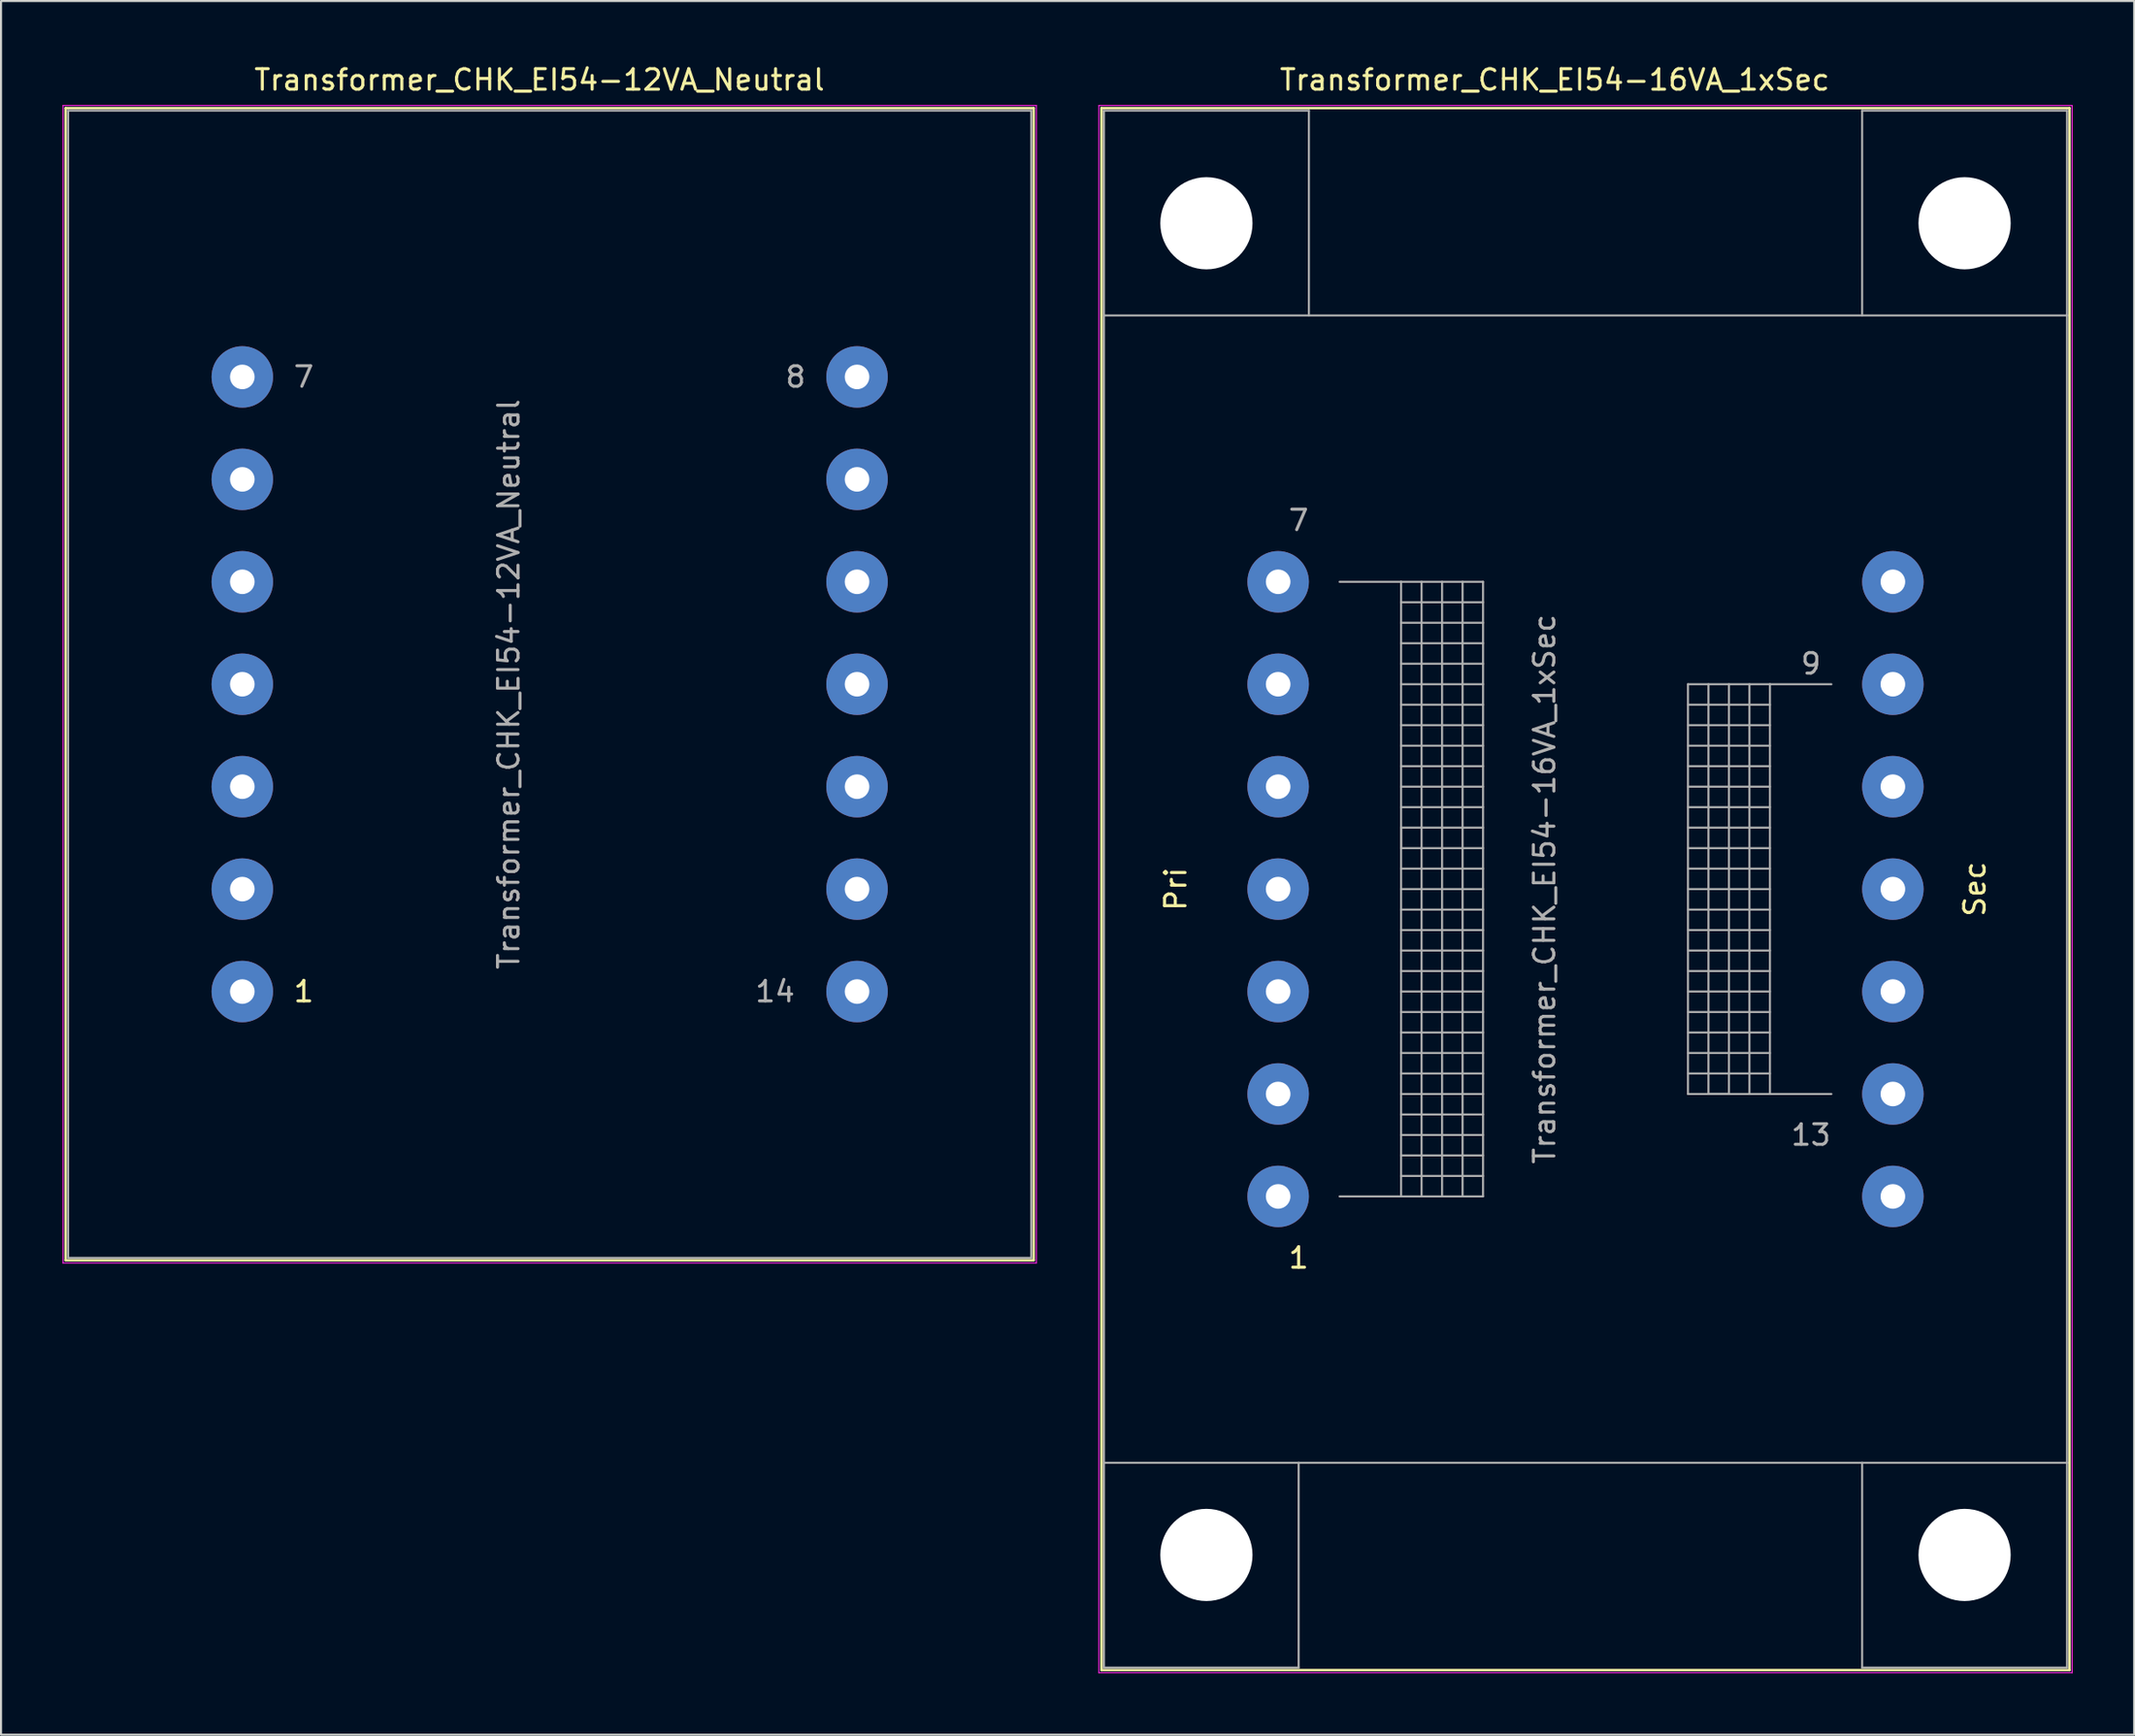
<source format=kicad_pcb>
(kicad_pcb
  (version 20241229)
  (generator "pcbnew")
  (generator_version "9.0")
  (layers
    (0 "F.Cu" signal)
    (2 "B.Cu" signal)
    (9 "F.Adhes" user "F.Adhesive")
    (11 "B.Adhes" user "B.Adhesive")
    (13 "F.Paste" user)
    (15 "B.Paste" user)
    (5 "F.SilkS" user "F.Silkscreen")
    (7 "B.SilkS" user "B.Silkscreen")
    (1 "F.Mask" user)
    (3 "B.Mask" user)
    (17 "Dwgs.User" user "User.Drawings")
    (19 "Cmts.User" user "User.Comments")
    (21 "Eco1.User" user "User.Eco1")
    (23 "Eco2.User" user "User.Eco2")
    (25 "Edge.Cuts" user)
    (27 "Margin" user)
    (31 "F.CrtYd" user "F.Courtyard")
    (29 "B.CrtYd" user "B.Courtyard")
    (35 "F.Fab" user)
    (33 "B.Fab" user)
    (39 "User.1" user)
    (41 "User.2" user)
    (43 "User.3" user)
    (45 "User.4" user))
  (footprint "Transformer_CHK_EI54-12VA_Neutral"
    (layer "F.Cu")
    (at 8.775 45.348)
    (property "Reference" "Transformer_CHK_EI54-12VA_Neutral" (at 14.5 -44.5 0) (layer "F.SilkS") (effects (font (size 1 1) (thickness 0.15))))
    (attr through_hole)
    (fp_line (start -8.62 -43.12) (end -8.62 13.12) (stroke (width 0.12) (type solid)) (layer "F.SilkS"))
    (fp_line (start -8.62 -43.12) (end 38.62 -43.12) (stroke (width 0.12) (type solid)) (layer "F.SilkS"))
    (fp_line (start 38.62 13.12) (end -8.62 13.12) (stroke (width 0.12) (type solid)) (layer "F.SilkS"))
    (fp_line (start 38.62 13.12) (end 38.62 -43.12) (stroke (width 0.12) (type solid)) (layer "F.SilkS"))
    (fp_line (start -8.75 -43.25) (end -8.75 13.25) (stroke (width 0.05) (type solid)) (layer "F.CrtYd"))
    (fp_line (start -8.75 -43.25) (end 38.75 -43.25) (stroke (width 0.05) (type solid)) (layer "F.CrtYd"))
    (fp_line (start 38.75 13.25) (end -8.75 13.25) (stroke (width 0.05) (type solid)) (layer "F.CrtYd"))
    (fp_line (start 38.75 13.25) (end 38.75 -43.25) (stroke (width 0.05) (type solid)) (layer "F.CrtYd"))
    (fp_line (start -8.5 -43) (end -8.5 13) (stroke (width 0.1) (type solid)) (layer "F.Fab"))
    (fp_line (start -8.5 13) (end 38.5 13) (stroke (width 0.1) (type solid)) (layer "F.Fab"))
    (fp_line (start 38.5 -43) (end -8.5 -43) (stroke (width 0.1) (type solid)) (layer "F.Fab"))
    (fp_line (start 38.5 13) (end 38.5 -43) (stroke (width 0.1) (type solid)) (layer "F.Fab"))
    (fp_text user "1" (at 3 0 0) (layer "F.SilkS") (effects (font (size 1 1) (thickness 0.15))))
    (fp_text user "${REFERENCE}" (at 13 -15 90) (layer "F.Fab") (effects (font (size 1 1) (thickness 0.15))))
    (fp_text user "8" (at 27 -30 0) (layer "F.Fab") (effects (font (size 1 1) (thickness 0.15))))
    (fp_text user "14" (at 26 0 0) (layer "F.Fab") (effects (font (size 1 1) (thickness 0.15))))
    (fp_text user "7" (at 3 -30 0) (layer "F.Fab") (effects (font (size 1 1) (thickness 0.15))))
    (pad "1" thru_hole circle (at 0 0) (size 3 3) (drill 1.2) (layers "*.Cu" "*.Mask"))
    (pad "2" thru_hole circle (at 0 -5) (size 3 3) (drill 1.2) (layers "*.Cu" "*.Mask"))
    (pad "3" thru_hole circle (at 0 -10) (size 3 3) (drill 1.2) (layers "*.Cu" "*.Mask"))
    (pad "4" thru_hole circle (at 0 -15) (size 3 3) (drill 1.2) (layers "*.Cu" "*.Mask"))
    (pad "5" thru_hole circle (at 0 -20) (size 3 3) (drill 1.2) (layers "*.Cu" "*.Mask"))
    (pad "6" thru_hole circle (at 0 -25) (size 3 3) (drill 1.2) (layers "*.Cu" "*.Mask"))
    (pad "7" thru_hole circle (at 0 -30) (size 3 3) (drill 1.2) (layers "*.Cu" "*.Mask"))
    (pad "8" thru_hole circle (at 30 -30) (size 3 3) (drill 1.2) (layers "*.Cu" "*.Mask"))
    (pad "9" thru_hole circle (at 30 -25) (size 3 3) (drill 1.2) (layers "*.Cu" "*.Mask"))
    (pad "10" thru_hole circle (at 30 -20) (size 3 3) (drill 1.2) (layers "*.Cu" "*.Mask"))
    (pad "11" thru_hole circle (at 30 -15) (size 3 3) (drill 1.2) (layers "*.Cu" "*.Mask"))
    (pad "12" thru_hole circle (at 30 -10) (size 3 3) (drill 1.2) (layers "*.Cu" "*.Mask"))
    (pad "13" thru_hole circle (at 30 -5) (size 3 3) (drill 1.2) (layers "*.Cu" "*.Mask"))
    (pad "14" thru_hole circle (at 30 0) (size 3 3) (drill 1.2) (layers "*.Cu" "*.Mask")))
  (footprint "Transformer_CHK_EI54-16VA_1xSec"
    (layer "F.Cu")
    (at 59.325 55.348)
    (property "Reference" "Transformer_CHK_EI54-16VA_1xSec" (at 13.5 -54.5 0) (layer "F.SilkS") (effects (font (size 1 1) (thickness 0.15))))
    (attr through_hole)
    (fp_line (start -8.62 -53.12) (end -8.62 23.12) (stroke (width 0.12) (type solid)) (layer "F.SilkS"))
    (fp_line (start -8.62 -53.12) (end 38.62 -53.12) (stroke (width 0.12) (type solid)) (layer "F.SilkS"))
    (fp_line (start 38.62 23.12) (end -8.62 23.12) (stroke (width 0.12) (type solid)) (layer "F.SilkS"))
    (fp_line (start 38.62 23.12) (end 38.62 -53.12) (stroke (width 0.12) (type solid)) (layer "F.SilkS"))
    (fp_line (start -8.75 -53.25) (end -8.75 23.25) (stroke (width 0.05) (type solid)) (layer "F.CrtYd"))
    (fp_line (start -8.75 -53.25) (end 38.75 -53.25) (stroke (width 0.05) (type solid)) (layer "F.CrtYd"))
    (fp_line (start 38.75 23.25) (end -8.75 23.25) (stroke (width 0.05) (type solid)) (layer "F.CrtYd"))
    (fp_line (start 38.75 23.25) (end 38.75 -53.25) (stroke (width 0.05) (type solid)) (layer "F.CrtYd"))
    (fp_line (start -8.5 -53) (end 1.5 -53) (stroke (width 0.1) (type solid)) (layer "F.Fab"))
    (fp_line (start -8.5 -43) (end -8.5 -53) (stroke (width 0.1) (type solid)) (layer "F.Fab"))
    (fp_line (start -8.5 -43) (end -8.5 13) (stroke (width 0.1) (type solid)) (layer "F.Fab"))
    (fp_line (start -8.5 13) (end -8.5 23) (stroke (width 0.1) (type solid)) (layer "F.Fab"))
    (fp_line (start -8.5 13) (end 38.5 13) (stroke (width 0.1) (type solid)) (layer "F.Fab"))
    (fp_line (start -8.5 23) (end 1 23) (stroke (width 0.1) (type solid)) (layer "F.Fab"))
    (fp_line (start 1 23) (end 1 13) (stroke (width 0.1) (type solid)) (layer "F.Fab"))
    (fp_line (start 1.5 -53) (end 1.5 -43) (stroke (width 0.1) (type solid)) (layer "F.Fab"))
    (fp_line (start 3 -30) (end 6 -30) (stroke (width 0.1) (type solid)) (layer "F.Fab"))
    (fp_line (start 6 -30) (end 6 0) (stroke (width 0.1) (type solid)) (layer "F.Fab"))
    (fp_line (start 6 -30) (end 10 -30) (stroke (width 0.1) (type solid)) (layer "F.Fab"))
    (fp_line (start 6 -29) (end 10 -29) (stroke (width 0.1) (type solid)) (layer "F.Fab"))
    (fp_line (start 6 -27) (end 10 -27) (stroke (width 0.1) (type solid)) (layer "F.Fab"))
    (fp_line (start 6 -25) (end 10 -25) (stroke (width 0.1) (type solid)) (layer "F.Fab"))
    (fp_line (start 6 -23) (end 10 -23) (stroke (width 0.1) (type solid)) (layer "F.Fab"))
    (fp_line (start 6 -21) (end 10 -21) (stroke (width 0.1) (type solid)) (layer "F.Fab"))
    (fp_line (start 6 -19) (end 10 -19) (stroke (width 0.1) (type solid)) (layer "F.Fab"))
    (fp_line (start 6 -18) (end 6 -17) (stroke (width 0.1) (type solid)) (layer "F.Fab"))
    (fp_line (start 6 -17) (end 10 -17) (stroke (width 0.1) (type solid)) (layer "F.Fab"))
    (fp_line (start 6 -15) (end 10 -15) (stroke (width 0.1) (type solid)) (layer "F.Fab"))
    (fp_line (start 6 -13) (end 10 -13) (stroke (width 0.1) (type solid)) (layer "F.Fab"))
    (fp_line (start 6 -11) (end 10 -11) (stroke (width 0.1) (type solid)) (layer "F.Fab"))
    (fp_line (start 6 -9) (end 10 -9) (stroke (width 0.1) (type solid)) (layer "F.Fab"))
    (fp_line (start 6 -7) (end 10 -7) (stroke (width 0.1) (type solid)) (layer "F.Fab"))
    (fp_line (start 6 -5) (end 10 -5) (stroke (width 0.1) (type solid)) (layer "F.Fab"))
    (fp_line (start 6 -3) (end 10 -3) (stroke (width 0.1) (type solid)) (layer "F.Fab"))
    (fp_line (start 6 -1) (end 10 -1) (stroke (width 0.1) (type solid)) (layer "F.Fab"))
    (fp_line (start 6 0) (end 3 0) (stroke (width 0.1) (type solid)) (layer "F.Fab"))
    (fp_line (start 7 0) (end 7 -30) (stroke (width 0.1) (type solid)) (layer "F.Fab"))
    (fp_line (start 8 -30) (end 8 0) (stroke (width 0.1) (type solid)) (layer "F.Fab"))
    (fp_line (start 9 0) (end 9 -30) (stroke (width 0.1) (type solid)) (layer "F.Fab"))
    (fp_line (start 10 -30) (end 10 0) (stroke (width 0.1) (type solid)) (layer "F.Fab"))
    (fp_line (start 10 -28) (end 6 -28) (stroke (width 0.1) (type solid)) (layer "F.Fab"))
    (fp_line (start 10 -26) (end 6 -26) (stroke (width 0.1) (type solid)) (layer "F.Fab"))
    (fp_line (start 10 -24) (end 6 -24) (stroke (width 0.1) (type solid)) (layer "F.Fab"))
    (fp_line (start 10 -22) (end 6 -22) (stroke (width 0.1) (type solid)) (layer "F.Fab"))
    (fp_line (start 10 -20) (end 6 -20) (stroke (width 0.1) (type solid)) (layer "F.Fab"))
    (fp_line (start 10 -18) (end 6 -18) (stroke (width 0.1) (type solid)) (layer "F.Fab"))
    (fp_line (start 10 -16) (end 6 -16) (stroke (width 0.1) (type solid)) (layer "F.Fab"))
    (fp_line (start 10 -14) (end 6 -14) (stroke (width 0.1) (type solid)) (layer "F.Fab"))
    (fp_line (start 10 -12) (end 6 -12) (stroke (width 0.1) (type solid)) (layer "F.Fab"))
    (fp_line (start 10 -10) (end 6 -10) (stroke (width 0.1) (type solid)) (layer "F.Fab"))
    (fp_line (start 10 -8) (end 6 -8) (stroke (width 0.1) (type solid)) (layer "F.Fab"))
    (fp_line (start 10 -6) (end 6 -6) (stroke (width 0.1) (type solid)) (layer "F.Fab"))
    (fp_line (start 10 -4) (end 6 -4) (stroke (width 0.1) (type solid)) (layer "F.Fab"))
    (fp_line (start 10 -2) (end 6 -2) (stroke (width 0.1) (type solid)) (layer "F.Fab"))
    (fp_line (start 10 0) (end 6 0) (stroke (width 0.1) (type solid)) (layer "F.Fab"))
    (fp_line (start 20 -25) (end 20 -5) (stroke (width 0.1) (type solid)) (layer "F.Fab"))
    (fp_line (start 20 -24) (end 24 -24) (stroke (width 0.1) (type solid)) (layer "F.Fab"))
    (fp_line (start 20 -22) (end 24 -22) (stroke (width 0.1) (type solid)) (layer "F.Fab"))
    (fp_line (start 20 -20) (end 24 -20) (stroke (width 0.1) (type solid)) (layer "F.Fab"))
    (fp_line (start 20 -18) (end 24 -18) (stroke (width 0.1) (type solid)) (layer "F.Fab"))
    (fp_line (start 20 -16) (end 24 -16) (stroke (width 0.1) (type solid)) (layer "F.Fab"))
    (fp_line (start 20 -14) (end 24 -14) (stroke (width 0.1) (type solid)) (layer "F.Fab"))
    (fp_line (start 20 -12) (end 24 -12) (stroke (width 0.1) (type solid)) (layer "F.Fab"))
    (fp_line (start 20 -10) (end 24 -10) (stroke (width 0.1) (type solid)) (layer "F.Fab"))
    (fp_line (start 20 -8) (end 24 -8) (stroke (width 0.1) (type solid)) (layer "F.Fab"))
    (fp_line (start 20 -6) (end 24 -6) (stroke (width 0.1) (type solid)) (layer "F.Fab"))
    (fp_line (start 20 -5) (end 24 -5) (stroke (width 0.1) (type solid)) (layer "F.Fab"))
    (fp_line (start 21 -5) (end 21 -25) (stroke (width 0.1) (type solid)) (layer "F.Fab"))
    (fp_line (start 22 -25) (end 22 -5) (stroke (width 0.1) (type solid)) (layer "F.Fab"))
    (fp_line (start 22 -5) (end 21 -5) (stroke (width 0.1) (type solid)) (layer "F.Fab"))
    (fp_line (start 23 -5) (end 23 -25) (stroke (width 0.1) (type solid)) (layer "F.Fab"))
    (fp_line (start 24 -25) (end 20 -25) (stroke (width 0.1) (type solid)) (layer "F.Fab"))
    (fp_line (start 24 -25) (end 24 -5) (stroke (width 0.1) (type solid)) (layer "F.Fab"))
    (fp_line (start 24 -23) (end 20 -23) (stroke (width 0.1) (type solid)) (layer "F.Fab"))
    (fp_line (start 24 -21) (end 20 -21) (stroke (width 0.1) (type solid)) (layer "F.Fab"))
    (fp_line (start 24 -19) (end 20 -19) (stroke (width 0.1) (type solid)) (layer "F.Fab"))
    (fp_line (start 24 -17) (end 20 -17) (stroke (width 0.1) (type solid)) (layer "F.Fab"))
    (fp_line (start 24 -15) (end 20 -15) (stroke (width 0.1) (type solid)) (layer "F.Fab"))
    (fp_line (start 24 -13) (end 20 -13) (stroke (width 0.1) (type solid)) (layer "F.Fab"))
    (fp_line (start 24 -11) (end 20 -11) (stroke (width 0.1) (type solid)) (layer "F.Fab"))
    (fp_line (start 24 -9) (end 20 -9) (stroke (width 0.1) (type solid)) (layer "F.Fab"))
    (fp_line (start 24 -7) (end 20 -7) (stroke (width 0.1) (type solid)) (layer "F.Fab"))
    (fp_line (start 24 -5) (end 27 -5) (stroke (width 0.1) (type solid)) (layer "F.Fab"))
    (fp_line (start 27 -25) (end 24 -25) (stroke (width 0.1) (type solid)) (layer "F.Fab"))
    (fp_line (start 28.5 -53) (end 28.5 -43) (stroke (width 0.1) (type solid)) (layer "F.Fab"))
    (fp_line (start 28.5 23) (end 28.5 13) (stroke (width 0.1) (type solid)) (layer "F.Fab"))
    (fp_line (start 38.5 -53) (end 28.5 -53) (stroke (width 0.1) (type solid)) (layer "F.Fab"))
    (fp_line (start 38.5 -43) (end -8.5 -43) (stroke (width 0.1) (type solid)) (layer "F.Fab"))
    (fp_line (start 38.5 -43) (end 38.5 -53) (stroke (width 0.1) (type solid)) (layer "F.Fab"))
    (fp_line (start 38.5 13) (end 38.5 -43) (stroke (width 0.1) (type solid)) (layer "F.Fab"))
    (fp_line (start 38.5 13) (end 38.5 23) (stroke (width 0.1) (type solid)) (layer "F.Fab"))
    (fp_line (start 38.5 23) (end 28.5 23) (stroke (width 0.1) (type solid)) (layer "F.Fab"))
    (fp_text user "1" (at 1 3 0) (layer "F.SilkS") (effects (font (size 1 1) (thickness 0.15))))
    (fp_text user "Pri" (at -5 -15 90) (layer "F.SilkS") (effects (font (size 1 1) (thickness 0.15))))
    (fp_text user "Sec" (at 34 -15 90) (layer "F.SilkS") (effects (font (size 1 1) (thickness 0.15))))
    (fp_text user "13" (at 26 -3 0) (layer "F.Fab") (effects (font (size 1 1) (thickness 0.15))))
    (fp_text user "9" (at 26 -26 0) (layer "F.Fab") (effects (font (size 1 1) (thickness 0.15))))
    (fp_text user "${REFERENCE}" (at 13 -15 90) (layer "F.Fab") (effects (font (size 1 1) (thickness 0.15))))
    (fp_text user "7" (at 1 -33 0) (layer "F.Fab") (effects (font (size 1 1) (thickness 0.15))))
    (pad "" np_thru_hole circle (at -3.5 -47.5) (size 4.5 4.5) (drill 4.5) (layers "*.Cu" "*.Mask"))
    (pad "" np_thru_hole circle (at -3.5 17.5) (size 4.5 4.5) (drill 4.5) (layers "*.Cu" "*.Mask"))
    (pad "" np_thru_hole circle (at 33.5 -47.5) (size 4.5 4.5) (drill 4.5) (layers "*.Cu" "*.Mask"))
    (pad "" np_thru_hole circle (at 33.5 17.5) (size 4.5 4.5) (drill 4.5) (layers "*.Cu" "*.Mask"))
    (pad "1" thru_hole circle (at 0 0) (size 3 3) (drill 1.2) (layers "*.Cu" "*.Mask"))
    (pad "2" thru_hole circle (at 0 -5) (size 3 3) (drill 1.2) (layers "*.Cu" "*.Mask"))
    (pad "3" thru_hole circle (at 0 -10) (size 3 3) (drill 1.2) (layers "*.Cu" "*.Mask"))
    (pad "4" thru_hole circle (at 0 -15) (size 3 3) (drill 1.2) (layers "*.Cu" "*.Mask"))
    (pad "5" thru_hole circle (at 0 -20) (size 3 3) (drill 1.2) (layers "*.Cu" "*.Mask"))
    (pad "6" thru_hole circle (at 0 -25) (size 3 3) (drill 1.2) (layers "*.Cu" "*.Mask"))
    (pad "7" thru_hole circle (at 0 -30) (size 3 3) (drill 1.2) (layers "*.Cu" "*.Mask"))
    (pad "8" thru_hole circle (at 30 -30) (size 3 3) (drill 1.2) (layers "*.Cu" "*.Mask"))
    (pad "9" thru_hole circle (at 30 -25) (size 3 3) (drill 1.2) (layers "*.Cu" "*.Mask"))
    (pad "10" thru_hole circle (at 30 -20) (size 3 3) (drill 1.2) (layers "*.Cu" "*.Mask"))
    (pad "11" thru_hole circle (at 30 -15) (size 3 3) (drill 1.2) (layers "*.Cu" "*.Mask"))
    (pad "12" thru_hole circle (at 30 -10) (size 3 3) (drill 1.2) (layers "*.Cu" "*.Mask"))
    (pad "13" thru_hole circle (at 30 -5) (size 3 3) (drill 1.2) (layers "*.Cu" "*.Mask"))
    (pad "14" thru_hole circle (at 30 0) (size 3 3) (drill 1.2) (layers "*.Cu" "*.Mask")))
  (gr_rect
    (start -3 -3)
    (end 101.1 81.623)
    (stroke (width 0.1) (type default))
    (fill no)
    (layer "Edge.Cuts")))
</source>
